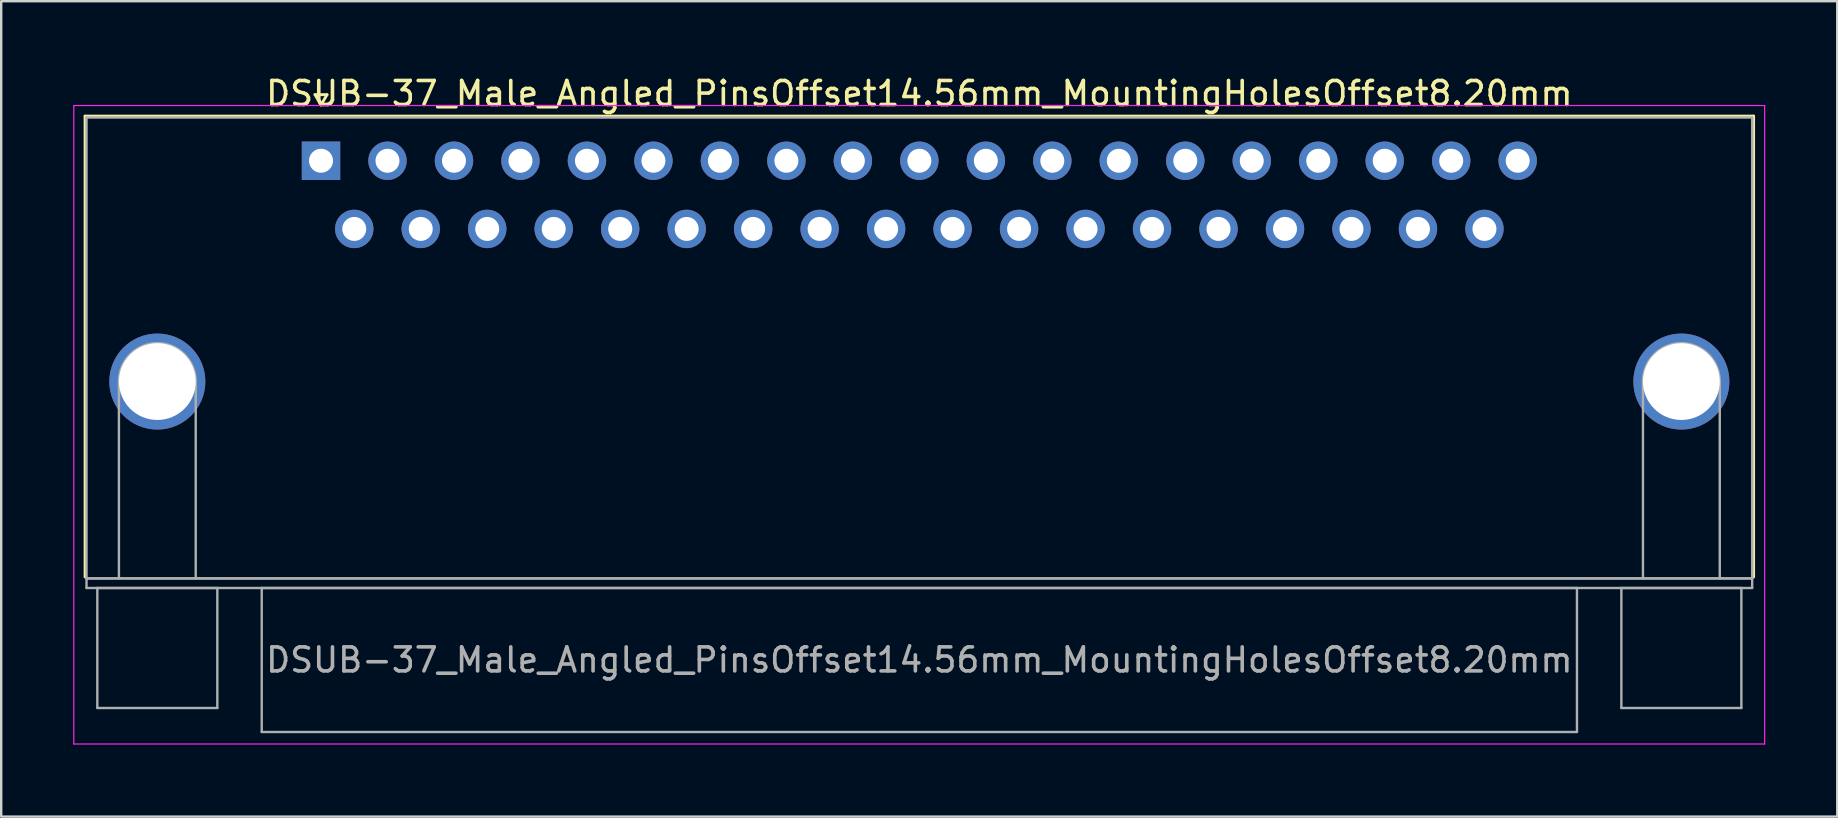
<source format=kicad_pcb>
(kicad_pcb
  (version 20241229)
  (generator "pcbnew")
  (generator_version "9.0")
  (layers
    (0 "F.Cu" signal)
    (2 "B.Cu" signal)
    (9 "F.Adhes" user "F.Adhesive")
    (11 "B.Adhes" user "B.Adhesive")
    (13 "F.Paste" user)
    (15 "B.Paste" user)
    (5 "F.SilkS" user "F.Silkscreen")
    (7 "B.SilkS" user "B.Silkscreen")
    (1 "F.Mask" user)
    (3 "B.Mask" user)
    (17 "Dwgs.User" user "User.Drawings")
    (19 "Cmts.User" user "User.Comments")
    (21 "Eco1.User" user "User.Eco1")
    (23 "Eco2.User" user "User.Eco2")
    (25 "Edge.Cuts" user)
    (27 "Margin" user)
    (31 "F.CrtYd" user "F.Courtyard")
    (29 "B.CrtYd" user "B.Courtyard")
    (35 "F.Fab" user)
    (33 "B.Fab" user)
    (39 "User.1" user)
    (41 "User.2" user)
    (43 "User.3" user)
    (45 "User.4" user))
  (footprint "DSUB-37_Male_Angled_PinsOffset14.56mm_MountingHolesOffset8.20mm"
    (layer "F.Cu")
    (at 10.325 3.648)
    (property "Reference" "DSUB-37_Male_Angled_PinsOffset14.56mm_MountingHolesOffset8.20mm" (at 24.93 -2.8 0) (layer "F.SilkS") (effects (font (size 1 1) (thickness 0.15))))
    (attr through_hole)
    (fp_line (start -9.83 -1.86) (end 59.69 -1.86) (stroke (width 0.12) (type solid)) (layer "F.SilkS"))
    (fp_line (start -9.83 17.34) (end -9.83 -1.86) (stroke (width 0.12) (type solid)) (layer "F.SilkS"))
    (fp_line (start -0.25 -2.754) (end 0.25 -2.754) (stroke (width 0.12) (type solid)) (layer "F.SilkS"))
    (fp_line (start 0 -2.321) (end -0.25 -2.754) (stroke (width 0.12) (type solid)) (layer "F.SilkS"))
    (fp_line (start 0.25 -2.754) (end 0 -2.321) (stroke (width 0.12) (type solid)) (layer "F.SilkS"))
    (fp_line (start 59.69 -1.86) (end 59.69 17.34) (stroke (width 0.12) (type solid)) (layer "F.SilkS"))
    (fp_line (start -10.3 -2.3) (end -10.3 24.3) (stroke (width 0.05) (type solid)) (layer "F.CrtYd"))
    (fp_line (start -10.3 24.3) (end 60.15 24.3) (stroke (width 0.05) (type solid)) (layer "F.CrtYd"))
    (fp_line (start 60.15 -2.3) (end -10.3 -2.3) (stroke (width 0.05) (type solid)) (layer "F.CrtYd"))
    (fp_line (start 60.15 24.3) (end 60.15 -2.3) (stroke (width 0.05) (type solid)) (layer "F.CrtYd"))
    (fp_line (start -9.77 -1.8) (end -9.77 17.4) (stroke (width 0.1) (type solid)) (layer "F.Fab"))
    (fp_line (start -9.77 17.4) (end -9.77 17.8) (stroke (width 0.1) (type solid)) (layer "F.Fab"))
    (fp_line (start -9.77 17.4) (end 59.63 17.4) (stroke (width 0.1) (type solid)) (layer "F.Fab"))
    (fp_line (start -9.77 17.8) (end 59.63 17.8) (stroke (width 0.1) (type solid)) (layer "F.Fab"))
    (fp_line (start -9.32 17.8) (end -9.32 22.8) (stroke (width 0.1) (type solid)) (layer "F.Fab"))
    (fp_line (start -9.32 22.8) (end -4.32 22.8) (stroke (width 0.1) (type solid)) (layer "F.Fab"))
    (fp_line (start -8.42 17.4) (end -8.42 9.2) (stroke (width 0.1) (type solid)) (layer "F.Fab"))
    (fp_line (start -5.22 17.4) (end -5.22 9.2) (stroke (width 0.1) (type solid)) (layer "F.Fab"))
    (fp_line (start -4.32 17.8) (end -9.32 17.8) (stroke (width 0.1) (type solid)) (layer "F.Fab"))
    (fp_line (start -4.32 22.8) (end -4.32 17.8) (stroke (width 0.1) (type solid)) (layer "F.Fab"))
    (fp_line (start -2.47 17.8) (end -2.47 23.8) (stroke (width 0.1) (type solid)) (layer "F.Fab"))
    (fp_line (start -2.47 23.8) (end 52.33 23.8) (stroke (width 0.1) (type solid)) (layer "F.Fab"))
    (fp_line (start 52.33 17.8) (end -2.47 17.8) (stroke (width 0.1) (type solid)) (layer "F.Fab"))
    (fp_line (start 52.33 23.8) (end 52.33 17.8) (stroke (width 0.1) (type solid)) (layer "F.Fab"))
    (fp_line (start 54.18 17.8) (end 54.18 22.8) (stroke (width 0.1) (type solid)) (layer "F.Fab"))
    (fp_line (start 54.18 22.8) (end 59.18 22.8) (stroke (width 0.1) (type solid)) (layer "F.Fab"))
    (fp_line (start 55.08 17.4) (end 55.08 9.2) (stroke (width 0.1) (type solid)) (layer "F.Fab"))
    (fp_line (start 58.28 17.4) (end 58.28 9.2) (stroke (width 0.1) (type solid)) (layer "F.Fab"))
    (fp_line (start 59.18 17.8) (end 54.18 17.8) (stroke (width 0.1) (type solid)) (layer "F.Fab"))
    (fp_line (start 59.18 22.8) (end 59.18 17.8) (stroke (width 0.1) (type solid)) (layer "F.Fab"))
    (fp_line (start 59.63 -1.8) (end -9.77 -1.8) (stroke (width 0.1) (type solid)) (layer "F.Fab"))
    (fp_line (start 59.63 17.4) (end -9.77 17.4) (stroke (width 0.1) (type solid)) (layer "F.Fab"))
    (fp_line (start 59.63 17.4) (end 59.63 -1.8) (stroke (width 0.1) (type solid)) (layer "F.Fab"))
    (fp_line (start 59.63 17.8) (end 59.63 17.4) (stroke (width 0.1) (type solid)) (layer "F.Fab"))
    (fp_arc (start -8.42 9.2) (mid -6.82 7.6) (end -5.22 9.2) (stroke (width 0.1) (type solid)) (layer "F.Fab"))
    (fp_arc (start 55.08 9.2) (mid 56.68 7.6) (end 58.28 9.2) (stroke (width 0.1) (type solid)) (layer "F.Fab"))
    (fp_text user "${REFERENCE}" (at 24.93 20.8 0) (layer "F.Fab") (effects (font (size 1 1) (thickness 0.15))))
    (pad "0" thru_hole circle (at -6.82 9.2) (size 4 4) (drill 3.2) (layers "*.Cu" "*.Mask"))
    (pad "0" thru_hole circle (at 56.68 9.2) (size 4 4) (drill 3.2) (layers "*.Cu" "*.Mask"))
    (pad "1" thru_hole rect (at 0 0) (size 1.6 1.6) (drill 1) (layers "*.Cu" "*.Mask"))
    (pad "2" thru_hole circle (at 2.77 0) (size 1.6 1.6) (drill 1) (layers "*.Cu" "*.Mask"))
    (pad "3" thru_hole circle (at 5.54 0) (size 1.6 1.6) (drill 1) (layers "*.Cu" "*.Mask"))
    (pad "4" thru_hole circle (at 8.31 0) (size 1.6 1.6) (drill 1) (layers "*.Cu" "*.Mask"))
    (pad "5" thru_hole circle (at 11.08 0) (size 1.6 1.6) (drill 1) (layers "*.Cu" "*.Mask"))
    (pad "6" thru_hole circle (at 13.85 0) (size 1.6 1.6) (drill 1) (layers "*.Cu" "*.Mask"))
    (pad "7" thru_hole circle (at 16.62 0) (size 1.6 1.6) (drill 1) (layers "*.Cu" "*.Mask"))
    (pad "8" thru_hole circle (at 19.39 0) (size 1.6 1.6) (drill 1) (layers "*.Cu" "*.Mask"))
    (pad "9" thru_hole circle (at 22.16 0) (size 1.6 1.6) (drill 1) (layers "*.Cu" "*.Mask"))
    (pad "10" thru_hole circle (at 24.93 0) (size 1.6 1.6) (drill 1) (layers "*.Cu" "*.Mask"))
    (pad "11" thru_hole circle (at 27.7 0) (size 1.6 1.6) (drill 1) (layers "*.Cu" "*.Mask"))
    (pad "12" thru_hole circle (at 30.47 0) (size 1.6 1.6) (drill 1) (layers "*.Cu" "*.Mask"))
    (pad "13" thru_hole circle (at 33.24 0) (size 1.6 1.6) (drill 1) (layers "*.Cu" "*.Mask"))
    (pad "14" thru_hole circle (at 36.01 0) (size 1.6 1.6) (drill 1) (layers "*.Cu" "*.Mask"))
    (pad "15" thru_hole circle (at 38.78 0) (size 1.6 1.6) (drill 1) (layers "*.Cu" "*.Mask"))
    (pad "16" thru_hole circle (at 41.55 0) (size 1.6 1.6) (drill 1) (layers "*.Cu" "*.Mask"))
    (pad "17" thru_hole circle (at 44.32 0) (size 1.6 1.6) (drill 1) (layers "*.Cu" "*.Mask"))
    (pad "18" thru_hole circle (at 47.09 0) (size 1.6 1.6) (drill 1) (layers "*.Cu" "*.Mask"))
    (pad "19" thru_hole circle (at 49.86 0) (size 1.6 1.6) (drill 1) (layers "*.Cu" "*.Mask"))
    (pad "20" thru_hole circle (at 1.385 2.84) (size 1.6 1.6) (drill 1) (layers "*.Cu" "*.Mask"))
    (pad "21" thru_hole circle (at 4.155 2.84) (size 1.6 1.6) (drill 1) (layers "*.Cu" "*.Mask"))
    (pad "22" thru_hole circle (at 6.925 2.84) (size 1.6 1.6) (drill 1) (layers "*.Cu" "*.Mask"))
    (pad "23" thru_hole circle (at 9.695 2.84) (size 1.6 1.6) (drill 1) (layers "*.Cu" "*.Mask"))
    (pad "24" thru_hole circle (at 12.465 2.84) (size 1.6 1.6) (drill 1) (layers "*.Cu" "*.Mask"))
    (pad "25" thru_hole circle (at 15.235 2.84) (size 1.6 1.6) (drill 1) (layers "*.Cu" "*.Mask"))
    (pad "26" thru_hole circle (at 18.005 2.84) (size 1.6 1.6) (drill 1) (layers "*.Cu" "*.Mask"))
    (pad "27" thru_hole circle (at 20.775 2.84) (size 1.6 1.6) (drill 1) (layers "*.Cu" "*.Mask"))
    (pad "28" thru_hole circle (at 23.545 2.84) (size 1.6 1.6) (drill 1) (layers "*.Cu" "*.Mask"))
    (pad "29" thru_hole circle (at 26.315 2.84) (size 1.6 1.6) (drill 1) (layers "*.Cu" "*.Mask"))
    (pad "30" thru_hole circle (at 29.085 2.84) (size 1.6 1.6) (drill 1) (layers "*.Cu" "*.Mask"))
    (pad "31" thru_hole circle (at 31.855 2.84) (size 1.6 1.6) (drill 1) (layers "*.Cu" "*.Mask"))
    (pad "32" thru_hole circle (at 34.625 2.84) (size 1.6 1.6) (drill 1) (layers "*.Cu" "*.Mask"))
    (pad "33" thru_hole circle (at 37.395 2.84) (size 1.6 1.6) (drill 1) (layers "*.Cu" "*.Mask"))
    (pad "34" thru_hole circle (at 40.165 2.84) (size 1.6 1.6) (drill 1) (layers "*.Cu" "*.Mask"))
    (pad "35" thru_hole circle (at 42.935 2.84) (size 1.6 1.6) (drill 1) (layers "*.Cu" "*.Mask"))
    (pad "36" thru_hole circle (at 45.705 2.84) (size 1.6 1.6) (drill 1) (layers "*.Cu" "*.Mask"))
    (pad "37" thru_hole circle (at 48.475 2.84) (size 1.6 1.6) (drill 1) (layers "*.Cu" "*.Mask")))
  (gr_rect
    (start -3 -3)
    (end 73.5 30.973)
    (stroke (width 0.1) (type default))
    (fill no)
    (layer "Edge.Cuts")))
</source>
